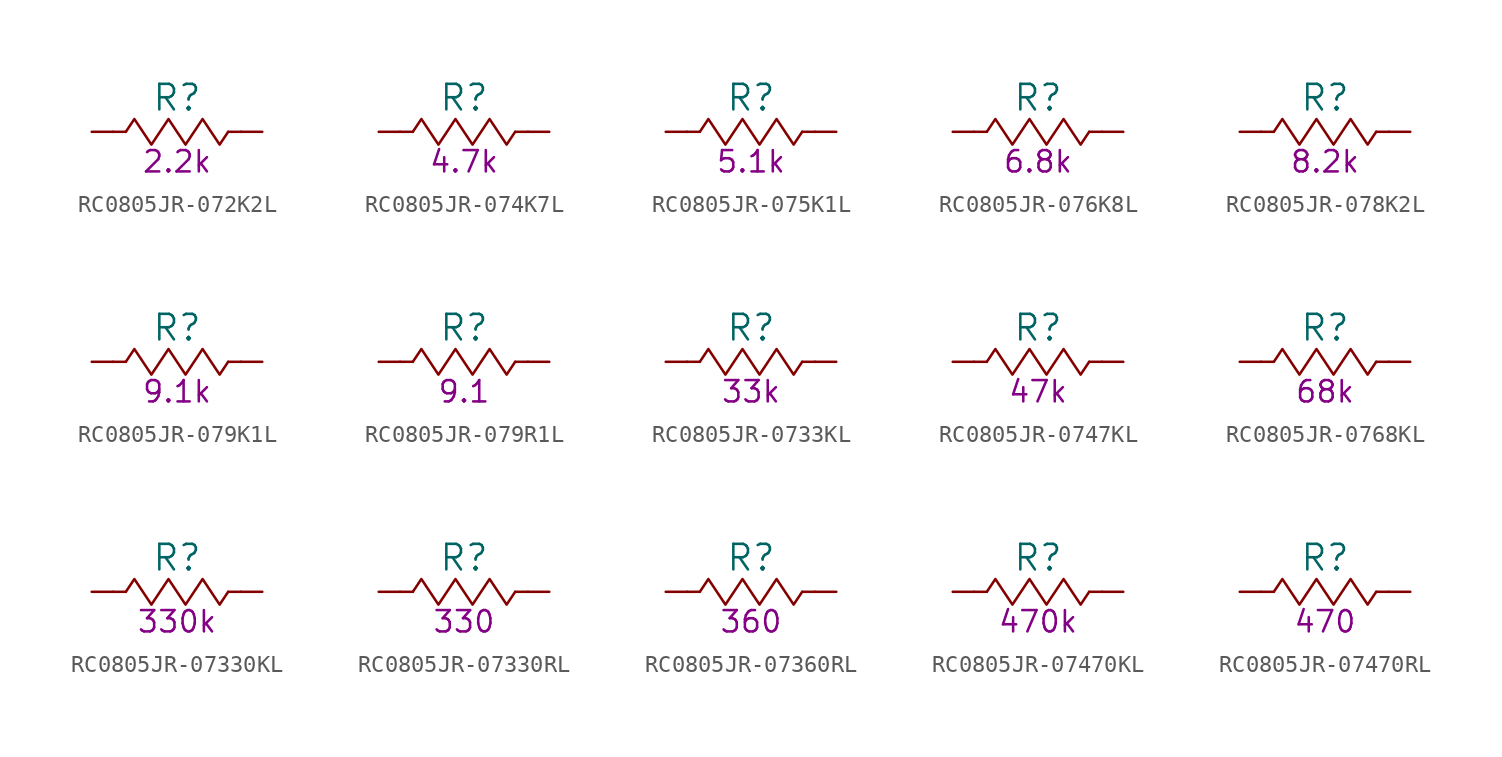
<source format=kicad_sym>
(kicad_symbol_lib
  (version 20220914)
  (generator kicad_symbol_editor)
  (symbol "RC0805JR-072K2L"
    (pin_numbers hide)
    (pin_names
      (offset 0) hide)
    (property "Reference" "R"
      (at 0 2.032 0)
      (effects (font (size 1.524 1.524))))
    (property "Resistance (Ohms)" "2.2k"
      (at 0 -1.778 0)
      (effects (font (size 1.27 1.27))))
    (symbol "RC0805JR-072K2L_0_1"
      (rectangle (start -3.048 0) (end -3.81 0) (stroke (width 0) (type default)) (fill (type none)))
      (polyline (pts (xy -3.048 0) (xy -2.54 0.762) (xy -2.032 0) (xy -1.524 -0.762) (xy -1.016 0) (xy -0.508 0.762) (xy 0 0) (xy 0.508 -0.762) (xy 1.016 0) (xy 1.524 0.762) (xy 2.032 0) (xy 2.54 -0.762) (xy 3.048 0)) (stroke (width 0) (type default)) (fill (type none)))
      (rectangle (start 3.81 0) (end 3.048 0) (stroke (width 0) (type default)) (fill (type none))))
    (symbol "RC0805JR-072K2L_1_1"
      (pin passive line (at -5.08 0 0) (length 1.27) (name "1" (effects (font (size 1.27 1.27)))) (number "1" (effects (font (size 1.27 1.27)))))
      (pin passive line (at 5.08 0 180) (length 1.27) (name "2" (effects (font (size 1.27 1.27)))) (number "2" (effects (font (size 1.27 1.27)))))))
  (symbol "RC0805JR-074K7L"
    (pin_numbers hide)
    (pin_names
      (offset 0) hide)
    (property "Reference" "R"
      (at 0 2.032 0)
      (effects (font (size 1.524 1.524))))
    (property "Resistance (Ohms)" "4.7k"
      (at 0 -1.778 0)
      (effects (font (size 1.27 1.27))))
    (symbol "RC0805JR-074K7L_0_1"
      (rectangle (start -3.048 0) (end -3.81 0) (stroke (width 0) (type default)) (fill (type none)))
      (polyline (pts (xy -3.048 0) (xy -2.54 0.762) (xy -2.032 0) (xy -1.524 -0.762) (xy -1.016 0) (xy -0.508 0.762) (xy 0 0) (xy 0.508 -0.762) (xy 1.016 0) (xy 1.524 0.762) (xy 2.032 0) (xy 2.54 -0.762) (xy 3.048 0)) (stroke (width 0) (type default)) (fill (type none)))
      (rectangle (start 3.81 0) (end 3.048 0) (stroke (width 0) (type default)) (fill (type none))))
    (symbol "RC0805JR-074K7L_1_1"
      (pin passive line (at -5.08 0 0) (length 1.27) (name "1" (effects (font (size 1.27 1.27)))) (number "1" (effects (font (size 1.27 1.27)))))
      (pin passive line (at 5.08 0 180) (length 1.27) (name "2" (effects (font (size 1.27 1.27)))) (number "2" (effects (font (size 1.27 1.27)))))))
  (symbol "RC0805JR-075K1L"
    (pin_numbers hide)
    (pin_names
      (offset 0) hide)
    (property "Reference" "R"
      (at 0 2.032 0)
      (effects (font (size 1.524 1.524))))
    (property "Resistance (Ohms)" "5.1k"
      (at 0 -1.778 0)
      (effects (font (size 1.27 1.27))))
    (symbol "RC0805JR-075K1L_0_1"
      (rectangle (start -3.048 0) (end -3.81 0) (stroke (width 0) (type default)) (fill (type none)))
      (polyline (pts (xy -3.048 0) (xy -2.54 0.762) (xy -2.032 0) (xy -1.524 -0.762) (xy -1.016 0) (xy -0.508 0.762) (xy 0 0) (xy 0.508 -0.762) (xy 1.016 0) (xy 1.524 0.762) (xy 2.032 0) (xy 2.54 -0.762) (xy 3.048 0)) (stroke (width 0) (type default)) (fill (type none)))
      (rectangle (start 3.81 0) (end 3.048 0) (stroke (width 0) (type default)) (fill (type none))))
    (symbol "RC0805JR-075K1L_1_1"
      (pin passive line (at -5.08 0 0) (length 1.27) (name "1" (effects (font (size 1.27 1.27)))) (number "1" (effects (font (size 1.27 1.27)))))
      (pin passive line (at 5.08 0 180) (length 1.27) (name "2" (effects (font (size 1.27 1.27)))) (number "2" (effects (font (size 1.27 1.27)))))))
  (symbol "RC0805JR-076K8L"
    (pin_numbers hide)
    (pin_names
      (offset 0) hide)
    (property "Reference" "R"
      (at 0 2.032 0)
      (effects (font (size 1.524 1.524))))
    (property "Resistance (Ohms)" "6.8k"
      (at 0 -1.778 0)
      (effects (font (size 1.27 1.27))))
    (symbol "RC0805JR-076K8L_0_1"
      (rectangle (start -3.048 0) (end -3.81 0) (stroke (width 0) (type default)) (fill (type none)))
      (polyline (pts (xy -3.048 0) (xy -2.54 0.762) (xy -2.032 0) (xy -1.524 -0.762) (xy -1.016 0) (xy -0.508 0.762) (xy 0 0) (xy 0.508 -0.762) (xy 1.016 0) (xy 1.524 0.762) (xy 2.032 0) (xy 2.54 -0.762) (xy 3.048 0)) (stroke (width 0) (type default)) (fill (type none)))
      (rectangle (start 3.81 0) (end 3.048 0) (stroke (width 0) (type default)) (fill (type none))))
    (symbol "RC0805JR-076K8L_1_1"
      (pin passive line (at -5.08 0 0) (length 1.27) (name "1" (effects (font (size 1.27 1.27)))) (number "1" (effects (font (size 1.27 1.27)))))
      (pin passive line (at 5.08 0 180) (length 1.27) (name "2" (effects (font (size 1.27 1.27)))) (number "2" (effects (font (size 1.27 1.27)))))))
  (symbol "RC0805JR-078K2L"
    (pin_numbers hide)
    (pin_names
      (offset 0) hide)
    (property "Reference" "R"
      (at 0 2.032 0)
      (effects (font (size 1.524 1.524))))
    (property "Resistance (Ohms)" "8.2k"
      (at 0 -1.778 0)
      (effects (font (size 1.27 1.27))))
    (symbol "RC0805JR-078K2L_0_1"
      (rectangle (start -3.048 0) (end -3.81 0) (stroke (width 0) (type default)) (fill (type none)))
      (polyline (pts (xy -3.048 0) (xy -2.54 0.762) (xy -2.032 0) (xy -1.524 -0.762) (xy -1.016 0) (xy -0.508 0.762) (xy 0 0) (xy 0.508 -0.762) (xy 1.016 0) (xy 1.524 0.762) (xy 2.032 0) (xy 2.54 -0.762) (xy 3.048 0)) (stroke (width 0) (type default)) (fill (type none)))
      (rectangle (start 3.81 0) (end 3.048 0) (stroke (width 0) (type default)) (fill (type none))))
    (symbol "RC0805JR-078K2L_1_1"
      (pin passive line (at -5.08 0 0) (length 1.27) (name "1" (effects (font (size 1.27 1.27)))) (number "1" (effects (font (size 1.27 1.27)))))
      (pin passive line (at 5.08 0 180) (length 1.27) (name "2" (effects (font (size 1.27 1.27)))) (number "2" (effects (font (size 1.27 1.27)))))))
  (symbol "RC0805JR-079K1L"
    (pin_numbers hide)
    (pin_names
      (offset 0) hide)
    (property "Reference" "R"
      (at 0 2.032 0)
      (effects (font (size 1.524 1.524))))
    (property "Resistance (Ohms)" "9.1k"
      (at 0 -1.778 0)
      (effects (font (size 1.27 1.27))))
    (symbol "RC0805JR-079K1L_0_1"
      (rectangle (start -3.048 0) (end -3.81 0) (stroke (width 0) (type default)) (fill (type none)))
      (polyline (pts (xy -3.048 0) (xy -2.54 0.762) (xy -2.032 0) (xy -1.524 -0.762) (xy -1.016 0) (xy -0.508 0.762) (xy 0 0) (xy 0.508 -0.762) (xy 1.016 0) (xy 1.524 0.762) (xy 2.032 0) (xy 2.54 -0.762) (xy 3.048 0)) (stroke (width 0) (type default)) (fill (type none)))
      (rectangle (start 3.81 0) (end 3.048 0) (stroke (width 0) (type default)) (fill (type none))))
    (symbol "RC0805JR-079K1L_1_1"
      (pin passive line (at -5.08 0 0) (length 1.27) (name "1" (effects (font (size 1.27 1.27)))) (number "1" (effects (font (size 1.27 1.27)))))
      (pin passive line (at 5.08 0 180) (length 1.27) (name "2" (effects (font (size 1.27 1.27)))) (number "2" (effects (font (size 1.27 1.27)))))))
  (symbol "RC0805JR-079R1L"
    (pin_numbers hide)
    (pin_names
      (offset 0) hide)
    (property "Reference" "R"
      (at 0 2.032 0)
      (effects (font (size 1.524 1.524))))
    (property "Resistance (Ohms)" "9.1"
      (at 0 -1.778 0)
      (effects (font (size 1.27 1.27))))
    (symbol "RC0805JR-079R1L_0_1"
      (rectangle (start -3.048 0) (end -3.81 0) (stroke (width 0) (type default)) (fill (type none)))
      (polyline (pts (xy -3.048 0) (xy -2.54 0.762) (xy -2.032 0) (xy -1.524 -0.762) (xy -1.016 0) (xy -0.508 0.762) (xy 0 0) (xy 0.508 -0.762) (xy 1.016 0) (xy 1.524 0.762) (xy 2.032 0) (xy 2.54 -0.762) (xy 3.048 0)) (stroke (width 0) (type default)) (fill (type none)))
      (rectangle (start 3.81 0) (end 3.048 0) (stroke (width 0) (type default)) (fill (type none))))
    (symbol "RC0805JR-079R1L_1_1"
      (pin passive line (at -5.08 0 0) (length 1.27) (name "1" (effects (font (size 1.27 1.27)))) (number "1" (effects (font (size 1.27 1.27)))))
      (pin passive line (at 5.08 0 180) (length 1.27) (name "2" (effects (font (size 1.27 1.27)))) (number "2" (effects (font (size 1.27 1.27)))))))
  (symbol "RC0805JR-0733KL"
    (pin_numbers hide)
    (pin_names
      (offset 0) hide)
    (property "Reference" "R"
      (at 0 2.032 0)
      (effects (font (size 1.524 1.524))))
    (property "Resistance (Ohms)" "33k"
      (at 0 -1.778 0)
      (effects (font (size 1.27 1.27))))
    (symbol "RC0805JR-0733KL_0_1"
      (rectangle (start -3.048 0) (end -3.81 0) (stroke (width 0) (type default)) (fill (type none)))
      (polyline (pts (xy -3.048 0) (xy -2.54 0.762) (xy -2.032 0) (xy -1.524 -0.762) (xy -1.016 0) (xy -0.508 0.762) (xy 0 0) (xy 0.508 -0.762) (xy 1.016 0) (xy 1.524 0.762) (xy 2.032 0) (xy 2.54 -0.762) (xy 3.048 0)) (stroke (width 0) (type default)) (fill (type none)))
      (rectangle (start 3.81 0) (end 3.048 0) (stroke (width 0) (type default)) (fill (type none))))
    (symbol "RC0805JR-0733KL_1_1"
      (pin passive line (at -5.08 0 0) (length 1.27) (name "1" (effects (font (size 1.27 1.27)))) (number "1" (effects (font (size 1.27 1.27)))))
      (pin passive line (at 5.08 0 180) (length 1.27) (name "2" (effects (font (size 1.27 1.27)))) (number "2" (effects (font (size 1.27 1.27)))))))
  (symbol "RC0805JR-0747KL"
    (pin_numbers hide)
    (pin_names
      (offset 0) hide)
    (property "Reference" "R"
      (at 0 2.032 0)
      (effects (font (size 1.524 1.524))))
    (property "Resistance (Ohms)" "47k"
      (at 0 -1.778 0)
      (effects (font (size 1.27 1.27))))
    (symbol "RC0805JR-0747KL_0_1"
      (rectangle (start -3.048 0) (end -3.81 0) (stroke (width 0) (type default)) (fill (type none)))
      (polyline (pts (xy -3.048 0) (xy -2.54 0.762) (xy -2.032 0) (xy -1.524 -0.762) (xy -1.016 0) (xy -0.508 0.762) (xy 0 0) (xy 0.508 -0.762) (xy 1.016 0) (xy 1.524 0.762) (xy 2.032 0) (xy 2.54 -0.762) (xy 3.048 0)) (stroke (width 0) (type default)) (fill (type none)))
      (rectangle (start 3.81 0) (end 3.048 0) (stroke (width 0) (type default)) (fill (type none))))
    (symbol "RC0805JR-0747KL_1_1"
      (pin passive line (at -5.08 0 0) (length 1.27) (name "1" (effects (font (size 1.27 1.27)))) (number "1" (effects (font (size 1.27 1.27)))))
      (pin passive line (at 5.08 0 180) (length 1.27) (name "2" (effects (font (size 1.27 1.27)))) (number "2" (effects (font (size 1.27 1.27)))))))
  (symbol "RC0805JR-0768KL"
    (pin_numbers hide)
    (pin_names
      (offset 0) hide)
    (property "Reference" "R"
      (at 0 2.032 0)
      (effects (font (size 1.524 1.524))))
    (property "Resistance (Ohms)" "68k"
      (at 0 -1.778 0)
      (effects (font (size 1.27 1.27))))
    (symbol "RC0805JR-0768KL_0_1"
      (rectangle (start -3.048 0) (end -3.81 0) (stroke (width 0) (type default)) (fill (type none)))
      (polyline (pts (xy -3.048 0) (xy -2.54 0.762) (xy -2.032 0) (xy -1.524 -0.762) (xy -1.016 0) (xy -0.508 0.762) (xy 0 0) (xy 0.508 -0.762) (xy 1.016 0) (xy 1.524 0.762) (xy 2.032 0) (xy 2.54 -0.762) (xy 3.048 0)) (stroke (width 0) (type default)) (fill (type none)))
      (rectangle (start 3.81 0) (end 3.048 0) (stroke (width 0) (type default)) (fill (type none))))
    (symbol "RC0805JR-0768KL_1_1"
      (pin passive line (at -5.08 0 0) (length 1.27) (name "1" (effects (font (size 1.27 1.27)))) (number "1" (effects (font (size 1.27 1.27)))))
      (pin passive line (at 5.08 0 180) (length 1.27) (name "2" (effects (font (size 1.27 1.27)))) (number "2" (effects (font (size 1.27 1.27)))))))
  (symbol "RC0805JR-07330KL"
    (pin_numbers hide)
    (pin_names
      (offset 0) hide)
    (property "Reference" "R"
      (at 0 2.032 0)
      (effects (font (size 1.524 1.524))))
    (property "Resistance (Ohms)" "330k"
      (at 0 -1.778 0)
      (effects (font (size 1.27 1.27))))
    (symbol "RC0805JR-07330KL_0_1"
      (rectangle (start -3.048 0) (end -3.81 0) (stroke (width 0) (type default)) (fill (type none)))
      (polyline (pts (xy -3.048 0) (xy -2.54 0.762) (xy -2.032 0) (xy -1.524 -0.762) (xy -1.016 0) (xy -0.508 0.762) (xy 0 0) (xy 0.508 -0.762) (xy 1.016 0) (xy 1.524 0.762) (xy 2.032 0) (xy 2.54 -0.762) (xy 3.048 0)) (stroke (width 0) (type default)) (fill (type none)))
      (rectangle (start 3.81 0) (end 3.048 0) (stroke (width 0) (type default)) (fill (type none))))
    (symbol "RC0805JR-07330KL_1_1"
      (pin passive line (at -5.08 0 0) (length 1.27) (name "1" (effects (font (size 1.27 1.27)))) (number "1" (effects (font (size 1.27 1.27)))))
      (pin passive line (at 5.08 0 180) (length 1.27) (name "2" (effects (font (size 1.27 1.27)))) (number "2" (effects (font (size 1.27 1.27)))))))
  (symbol "RC0805JR-07330RL"
    (pin_numbers hide)
    (pin_names
      (offset 0) hide)
    (property "Reference" "R"
      (at 0 2.032 0)
      (effects (font (size 1.524 1.524))))
    (property "Resistance (Ohms)" "330"
      (at 0 -1.778 0)
      (effects (font (size 1.27 1.27))))
    (symbol "RC0805JR-07330RL_0_1"
      (rectangle (start -3.048 0) (end -3.81 0) (stroke (width 0) (type default)) (fill (type none)))
      (polyline (pts (xy -3.048 0) (xy -2.54 0.762) (xy -2.032 0) (xy -1.524 -0.762) (xy -1.016 0) (xy -0.508 0.762) (xy 0 0) (xy 0.508 -0.762) (xy 1.016 0) (xy 1.524 0.762) (xy 2.032 0) (xy 2.54 -0.762) (xy 3.048 0)) (stroke (width 0) (type default)) (fill (type none)))
      (rectangle (start 3.81 0) (end 3.048 0) (stroke (width 0) (type default)) (fill (type none))))
    (symbol "RC0805JR-07330RL_1_1"
      (pin passive line (at -5.08 0 0) (length 1.27) (name "1" (effects (font (size 1.27 1.27)))) (number "1" (effects (font (size 1.27 1.27)))))
      (pin passive line (at 5.08 0 180) (length 1.27) (name "2" (effects (font (size 1.27 1.27)))) (number "2" (effects (font (size 1.27 1.27)))))))
  (symbol "RC0805JR-07360RL"
    (pin_numbers hide)
    (pin_names
      (offset 0) hide)
    (property "Reference" "R"
      (at 0 2.032 0)
      (effects (font (size 1.524 1.524))))
    (property "Resistance (Ohms)" "360"
      (at 0 -1.778 0)
      (effects (font (size 1.27 1.27))))
    (symbol "RC0805JR-07360RL_0_1"
      (rectangle (start -3.048 0) (end -3.81 0) (stroke (width 0) (type default)) (fill (type none)))
      (polyline (pts (xy -3.048 0) (xy -2.54 0.762) (xy -2.032 0) (xy -1.524 -0.762) (xy -1.016 0) (xy -0.508 0.762) (xy 0 0) (xy 0.508 -0.762) (xy 1.016 0) (xy 1.524 0.762) (xy 2.032 0) (xy 2.54 -0.762) (xy 3.048 0)) (stroke (width 0) (type default)) (fill (type none)))
      (rectangle (start 3.81 0) (end 3.048 0) (stroke (width 0) (type default)) (fill (type none))))
    (symbol "RC0805JR-07360RL_1_1"
      (pin passive line (at -5.08 0 0) (length 1.27) (name "1" (effects (font (size 1.27 1.27)))) (number "1" (effects (font (size 1.27 1.27)))))
      (pin passive line (at 5.08 0 180) (length 1.27) (name "2" (effects (font (size 1.27 1.27)))) (number "2" (effects (font (size 1.27 1.27)))))))
  (symbol "RC0805JR-07470KL"
    (pin_numbers hide)
    (pin_names
      (offset 0) hide)
    (property "Reference" "R"
      (at 0 2.032 0)
      (effects (font (size 1.524 1.524))))
    (property "Resistance (Ohms)" "470k"
      (at 0 -1.778 0)
      (effects (font (size 1.27 1.27))))
    (symbol "RC0805JR-07470KL_0_1"
      (rectangle (start -3.048 0) (end -3.81 0) (stroke (width 0) (type default)) (fill (type none)))
      (polyline (pts (xy -3.048 0) (xy -2.54 0.762) (xy -2.032 0) (xy -1.524 -0.762) (xy -1.016 0) (xy -0.508 0.762) (xy 0 0) (xy 0.508 -0.762) (xy 1.016 0) (xy 1.524 0.762) (xy 2.032 0) (xy 2.54 -0.762) (xy 3.048 0)) (stroke (width 0) (type default)) (fill (type none)))
      (rectangle (start 3.81 0) (end 3.048 0) (stroke (width 0) (type default)) (fill (type none))))
    (symbol "RC0805JR-07470KL_1_1"
      (pin passive line (at -5.08 0 0) (length 1.27) (name "1" (effects (font (size 1.27 1.27)))) (number "1" (effects (font (size 1.27 1.27)))))
      (pin passive line (at 5.08 0 180) (length 1.27) (name "2" (effects (font (size 1.27 1.27)))) (number "2" (effects (font (size 1.27 1.27)))))))
  (symbol "RC0805JR-07470RL"
    (pin_numbers hide)
    (pin_names
      (offset 0) hide)
    (property "Reference" "R"
      (at 0 2.032 0)
      (effects (font (size 1.524 1.524))))
    (property "Resistance (Ohms)" "470"
      (at 0 -1.778 0)
      (effects (font (size 1.27 1.27))))
    (symbol "RC0805JR-07470RL_0_1"
      (rectangle (start -3.048 0) (end -3.81 0) (stroke (width 0) (type default)) (fill (type none)))
      (polyline (pts (xy -3.048 0) (xy -2.54 0.762) (xy -2.032 0) (xy -1.524 -0.762) (xy -1.016 0) (xy -0.508 0.762) (xy 0 0) (xy 0.508 -0.762) (xy 1.016 0) (xy 1.524 0.762) (xy 2.032 0) (xy 2.54 -0.762) (xy 3.048 0)) (stroke (width 0) (type default)) (fill (type none)))
      (rectangle (start 3.81 0) (end 3.048 0) (stroke (width 0) (type default)) (fill (type none))))
    (symbol "RC0805JR-07470RL_1_1"
      (pin passive line (at -5.08 0 0) (length 1.27) (name "1" (effects (font (size 1.27 1.27)))) (number "1" (effects (font (size 1.27 1.27)))))
      (pin passive line (at 5.08 0 180) (length 1.27) (name "2" (effects (font (size 1.27 1.27)))) (number "2" (effects (font (size 1.27 1.27))))))))
</source>
